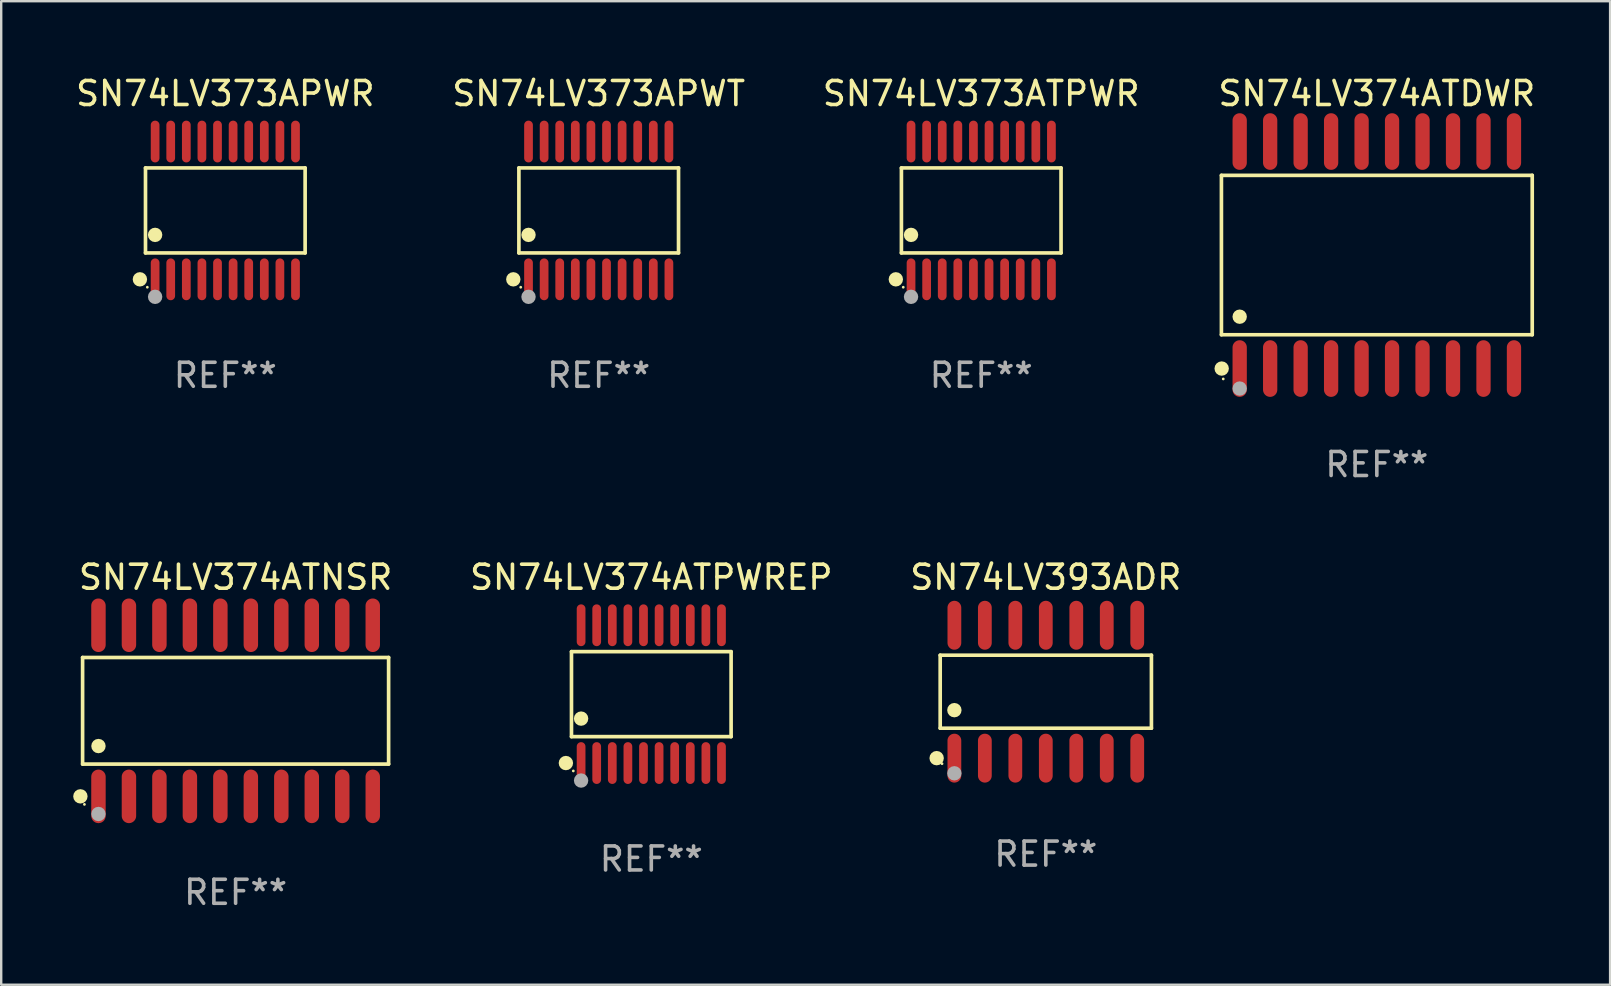
<source format=kicad_pcb>
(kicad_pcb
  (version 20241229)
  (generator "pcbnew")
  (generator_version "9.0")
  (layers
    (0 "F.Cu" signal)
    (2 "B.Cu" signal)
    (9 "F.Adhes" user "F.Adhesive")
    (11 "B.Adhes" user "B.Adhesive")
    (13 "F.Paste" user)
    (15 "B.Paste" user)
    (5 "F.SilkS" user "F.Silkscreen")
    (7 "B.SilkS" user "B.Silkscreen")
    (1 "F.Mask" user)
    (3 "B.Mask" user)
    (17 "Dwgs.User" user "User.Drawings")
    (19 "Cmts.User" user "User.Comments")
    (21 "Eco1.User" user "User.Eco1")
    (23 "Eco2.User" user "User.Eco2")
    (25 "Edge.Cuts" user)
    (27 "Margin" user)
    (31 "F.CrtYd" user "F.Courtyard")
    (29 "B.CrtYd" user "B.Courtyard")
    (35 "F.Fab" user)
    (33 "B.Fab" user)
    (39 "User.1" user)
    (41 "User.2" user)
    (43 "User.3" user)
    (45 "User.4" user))
  (footprint "SN74LV374ATNSR"
    (layer "F.Cu")
    (at 6.768 26.57)
    (property "Reference" "SN74LV374ATNSR" (at 0 -5.565 0) (layer "F.SilkS") (effects (font (size 1 1) (thickness 0.15))))
    (attr through_hole)
    (fp_line (start -6.376 -2.221) (end 6.376 -2.221) (stroke (width 0.152) (type solid)) (layer "F.SilkS"))
    (fp_line (start -6.376 2.221) (end -6.376 -2.221) (stroke (width 0.152) (type solid)) (layer "F.SilkS"))
    (fp_line (start 6.376 -2.221) (end 6.376 2.221) (stroke (width 0.152) (type solid)) (layer "F.SilkS"))
    (fp_line (start 6.376 2.221) (end -6.376 2.221) (stroke (width 0.152) (type solid)) (layer "F.SilkS"))
    (fp_circle (center -6.468 3.565) (end -6.318 3.565) (stroke (width 0.3) (type solid)) (fill no) (layer "F.SilkS"))
    (fp_circle (center -6.3 3.9) (end -6.27 3.9) (stroke (width 0.06) (type solid)) (fill no) (layer "F.SilkS"))
    (fp_circle (center -5.715 1.469) (end -5.565 1.469) (stroke (width 0.3) (type solid)) (fill no) (layer "F.SilkS"))
    (fp_circle (center -5.715 4.3) (end -5.565 4.3) (stroke (width 0.3) (type solid)) (fill no) (layer "F.Fab"))
    (fp_text user "REF**" (at 0 7.565 0) (layer "F.Fab") (effects (font (size 1 1) (thickness 0.15))))
    (pad "1" smd oval (at -5.715 3.565) (size 0.602 2.231) (layers "F.Cu" "F.Mask" "F.Paste"))
    (pad "2" smd oval (at -4.445 3.565) (size 0.602 2.231) (layers "F.Cu" "F.Mask" "F.Paste"))
    (pad "3" smd oval (at -3.175 3.565) (size 0.602 2.231) (layers "F.Cu" "F.Mask" "F.Paste"))
    (pad "4" smd oval (at -1.905 3.565) (size 0.602 2.231) (layers "F.Cu" "F.Mask" "F.Paste"))
    (pad "5" smd oval (at -0.635 3.565) (size 0.602 2.231) (layers "F.Cu" "F.Mask" "F.Paste"))
    (pad "6" smd oval (at 0.635 3.565) (size 0.602 2.231) (layers "F.Cu" "F.Mask" "F.Paste"))
    (pad "7" smd oval (at 1.905 3.565) (size 0.602 2.231) (layers "F.Cu" "F.Mask" "F.Paste"))
    (pad "8" smd oval (at 3.175 3.565) (size 0.602 2.231) (layers "F.Cu" "F.Mask" "F.Paste"))
    (pad "9" smd oval (at 4.445 3.565) (size 0.602 2.231) (layers "F.Cu" "F.Mask" "F.Paste"))
    (pad "10" smd oval (at 5.715 3.565) (size 0.602 2.231) (layers "F.Cu" "F.Mask" "F.Paste"))
    (pad "11" smd oval (at 5.715 -3.565) (size 0.602 2.231) (layers "F.Cu" "F.Mask" "F.Paste"))
    (pad "12" smd oval (at 4.445 -3.565) (size 0.602 2.231) (layers "F.Cu" "F.Mask" "F.Paste"))
    (pad "13" smd oval (at 3.175 -3.565) (size 0.602 2.231) (layers "F.Cu" "F.Mask" "F.Paste"))
    (pad "14" smd oval (at 1.905 -3.565) (size 0.602 2.231) (layers "F.Cu" "F.Mask" "F.Paste"))
    (pad "15" smd oval (at 0.635 -3.565) (size 0.602 2.231) (layers "F.Cu" "F.Mask" "F.Paste"))
    (pad "16" smd oval (at -0.635 -3.565) (size 0.602 2.231) (layers "F.Cu" "F.Mask" "F.Paste"))
    (pad "17" smd oval (at -1.905 -3.565) (size 0.602 2.231) (layers "F.Cu" "F.Mask" "F.Paste"))
    (pad "18" smd oval (at -3.175 -3.565) (size 0.602 2.231) (layers "F.Cu" "F.Mask" "F.Paste"))
    (pad "19" smd oval (at -4.445 -3.565) (size 0.602 2.231) (layers "F.Cu" "F.Mask" "F.Paste"))
    (pad "20" smd oval (at -5.715 -3.565) (size 0.602 2.231) (layers "F.Cu" "F.Mask" "F.Paste")))
  (footprint "SN74LV393ADR"
    (layer "F.Cu")
    (at 40.53 25.774)
    (property "Reference" "SN74LV393ADR" (at 0 -4.769 0) (layer "F.SilkS") (effects (font (size 1 1) (thickness 0.15))))
    (attr through_hole)
    (fp_line (start -4.401 -1.521) (end 4.401 -1.521) (stroke (width 0.152) (type solid)) (layer "F.SilkS"))
    (fp_line (start -4.401 1.521) (end -4.401 -1.521) (stroke (width 0.152) (type solid)) (layer "F.SilkS"))
    (fp_line (start 4.401 -1.521) (end 4.401 1.521) (stroke (width 0.152) (type solid)) (layer "F.SilkS"))
    (fp_line (start 4.401 1.521) (end -4.401 1.521) (stroke (width 0.152) (type solid)) (layer "F.SilkS"))
    (fp_circle (center -4.549 2.769) (end -4.399 2.769) (stroke (width 0.3) (type solid)) (fill no) (layer "F.SilkS"))
    (fp_circle (center -4.325 3) (end -4.295 3) (stroke (width 0.06) (type solid)) (fill no) (layer "F.SilkS"))
    (fp_circle (center -3.81 0.769) (end -3.66 0.769) (stroke (width 0.3) (type solid)) (fill no) (layer "F.SilkS"))
    (fp_circle (center -3.81 3.4) (end -3.66 3.4) (stroke (width 0.3) (type solid)) (fill no) (layer "F.Fab"))
    (fp_text user "REF**" (at 0 6.769 0) (layer "F.Fab") (effects (font (size 1 1) (thickness 0.15))))
    (pad "1" smd oval (at -3.81 2.769) (size 0.574 2.038) (layers "F.Cu" "F.Mask" "F.Paste"))
    (pad "2" smd oval (at -2.54 2.769) (size 0.574 2.038) (layers "F.Cu" "F.Mask" "F.Paste"))
    (pad "3" smd oval (at -1.27 2.769) (size 0.574 2.038) (layers "F.Cu" "F.Mask" "F.Paste"))
    (pad "4" smd oval (at 0 2.769) (size 0.574 2.038) (layers "F.Cu" "F.Mask" "F.Paste"))
    (pad "5" smd oval (at 1.27 2.769) (size 0.574 2.038) (layers "F.Cu" "F.Mask" "F.Paste"))
    (pad "6" smd oval (at 2.54 2.769) (size 0.574 2.038) (layers "F.Cu" "F.Mask" "F.Paste"))
    (pad "7" smd oval (at 3.81 2.769) (size 0.574 2.038) (layers "F.Cu" "F.Mask" "F.Paste"))
    (pad "8" smd oval (at 3.81 -2.769) (size 0.574 2.038) (layers "F.Cu" "F.Mask" "F.Paste"))
    (pad "9" smd oval (at 2.54 -2.769) (size 0.574 2.038) (layers "F.Cu" "F.Mask" "F.Paste"))
    (pad "10" smd oval (at 1.27 -2.769) (size 0.574 2.038) (layers "F.Cu" "F.Mask" "F.Paste"))
    (pad "11" smd oval (at 0 -2.769) (size 0.574 2.038) (layers "F.Cu" "F.Mask" "F.Paste"))
    (pad "12" smd oval (at -1.27 -2.769) (size 0.574 2.038) (layers "F.Cu" "F.Mask" "F.Paste"))
    (pad "13" smd oval (at -2.54 -2.769) (size 0.574 2.038) (layers "F.Cu" "F.Mask" "F.Paste"))
    (pad "14" smd oval (at -3.81 -2.769) (size 0.574 2.038) (layers "F.Cu" "F.Mask" "F.Paste")))
  (footprint "SN74LV373APWT"
    (layer "F.Cu")
    (at 21.899 5.719)
    (property "Reference" "SN74LV373APWT" (at 0 -4.871 0) (layer "F.SilkS") (effects (font (size 1 1) (thickness 0.15))))
    (attr through_hole)
    (fp_line (start -3.326 -1.771) (end 3.326 -1.771) (stroke (width 0.152) (type solid)) (layer "F.SilkS"))
    (fp_line (start -3.326 1.771) (end -3.326 -1.771) (stroke (width 0.152) (type solid)) (layer "F.SilkS"))
    (fp_line (start 3.326 -1.771) (end 3.326 1.771) (stroke (width 0.152) (type solid)) (layer "F.SilkS"))
    (fp_line (start 3.326 1.771) (end -3.326 1.771) (stroke (width 0.152) (type solid)) (layer "F.SilkS"))
    (fp_circle (center -3.559 2.871) (end -3.409 2.871) (stroke (width 0.3) (type solid)) (fill no) (layer "F.SilkS"))
    (fp_circle (center -3.25 3.2) (end -3.22 3.2) (stroke (width 0.06) (type solid)) (fill no) (layer "F.SilkS"))
    (fp_circle (center -2.925 1.019) (end -2.775 1.019) (stroke (width 0.3) (type solid)) (fill no) (layer "F.SilkS"))
    (fp_circle (center -2.925 3.6) (end -2.775 3.6) (stroke (width 0.3) (type solid)) (fill no) (layer "F.Fab"))
    (fp_text user "REF**" (at 0 6.871 0) (layer "F.Fab") (effects (font (size 1 1) (thickness 0.15))))
    (pad "1" smd oval (at -2.925 2.871) (size 0.364 1.742) (layers "F.Cu" "F.Mask" "F.Paste"))
    (pad "2" smd oval (at -2.275 2.871) (size 0.364 1.742) (layers "F.Cu" "F.Mask" "F.Paste"))
    (pad "3" smd oval (at -1.625 2.871) (size 0.364 1.742) (layers "F.Cu" "F.Mask" "F.Paste"))
    (pad "4" smd oval (at -0.975 2.871) (size 0.364 1.742) (layers "F.Cu" "F.Mask" "F.Paste"))
    (pad "5" smd oval (at -0.325 2.871) (size 0.364 1.742) (layers "F.Cu" "F.Mask" "F.Paste"))
    (pad "6" smd oval (at 0.325 2.871) (size 0.364 1.742) (layers "F.Cu" "F.Mask" "F.Paste"))
    (pad "7" smd oval (at 0.975 2.871) (size 0.364 1.742) (layers "F.Cu" "F.Mask" "F.Paste"))
    (pad "8" smd oval (at 1.625 2.871) (size 0.364 1.742) (layers "F.Cu" "F.Mask" "F.Paste"))
    (pad "9" smd oval (at 2.275 2.871) (size 0.364 1.742) (layers "F.Cu" "F.Mask" "F.Paste"))
    (pad "10" smd oval (at 2.925 2.871) (size 0.364 1.742) (layers "F.Cu" "F.Mask" "F.Paste"))
    (pad "11" smd oval (at 2.925 -2.871) (size 0.364 1.742) (layers "F.Cu" "F.Mask" "F.Paste"))
    (pad "12" smd oval (at 2.275 -2.871) (size 0.364 1.742) (layers "F.Cu" "F.Mask" "F.Paste"))
    (pad "13" smd oval (at 1.625 -2.871) (size 0.364 1.742) (layers "F.Cu" "F.Mask" "F.Paste"))
    (pad "14" smd oval (at 0.975 -2.871) (size 0.364 1.742) (layers "F.Cu" "F.Mask" "F.Paste"))
    (pad "15" smd oval (at 0.325 -2.871) (size 0.364 1.742) (layers "F.Cu" "F.Mask" "F.Paste"))
    (pad "16" smd oval (at -0.325 -2.871) (size 0.364 1.742) (layers "F.Cu" "F.Mask" "F.Paste"))
    (pad "17" smd oval (at -0.975 -2.871) (size 0.364 1.742) (layers "F.Cu" "F.Mask" "F.Paste"))
    (pad "18" smd oval (at -1.625 -2.871) (size 0.364 1.742) (layers "F.Cu" "F.Mask" "F.Paste"))
    (pad "19" smd oval (at -2.275 -2.871) (size 0.364 1.742) (layers "F.Cu" "F.Mask" "F.Paste"))
    (pad "20" smd oval (at -2.925 -2.871) (size 0.364 1.742) (layers "F.Cu" "F.Mask" "F.Paste")))
  (footprint "SN74LV374ATDWR"
    (layer "F.Cu")
    (at 54.324 7.578)
    (property "Reference" "SN74LV374ATDWR" (at 0 -6.73 0) (layer "F.SilkS") (effects (font (size 1 1) (thickness 0.15))))
    (attr through_hole)
    (fp_line (start -6.476 -3.321) (end 6.476 -3.321) (stroke (width 0.152) (type solid)) (layer "F.SilkS"))
    (fp_line (start -6.476 3.321) (end -6.476 -3.321) (stroke (width 0.152) (type solid)) (layer "F.SilkS"))
    (fp_line (start 6.476 -3.321) (end 6.476 3.321) (stroke (width 0.152) (type solid)) (layer "F.SilkS"))
    (fp_line (start 6.476 3.321) (end -6.476 3.321) (stroke (width 0.152) (type solid)) (layer "F.SilkS"))
    (fp_circle (center -6.465 4.73) (end -6.315 4.73) (stroke (width 0.3) (type solid)) (fill no) (layer "F.SilkS"))
    (fp_circle (center -6.4 5.163) (end -6.37 5.163) (stroke (width 0.06) (type solid)) (fill no) (layer "F.SilkS"))
    (fp_circle (center -5.715 2.569) (end -5.565 2.569) (stroke (width 0.3) (type solid)) (fill no) (layer "F.SilkS"))
    (fp_circle (center -5.715 5.563) (end -5.565 5.563) (stroke (width 0.3) (type solid)) (fill no) (layer "F.Fab"))
    (fp_text user "REF**" (at 0 8.73 0) (layer "F.Fab") (effects (font (size 1 1) (thickness 0.15))))
    (pad "1" smd oval (at -5.715 4.73) (size 0.595 2.36) (layers "F.Cu" "F.Mask" "F.Paste"))
    (pad "2" smd oval (at -4.445 4.73) (size 0.595 2.36) (layers "F.Cu" "F.Mask" "F.Paste"))
    (pad "3" smd oval (at -3.175 4.73) (size 0.595 2.36) (layers "F.Cu" "F.Mask" "F.Paste"))
    (pad "4" smd oval (at -1.905 4.73) (size 0.595 2.36) (layers "F.Cu" "F.Mask" "F.Paste"))
    (pad "5" smd oval (at -0.635 4.73) (size 0.595 2.36) (layers "F.Cu" "F.Mask" "F.Paste"))
    (pad "6" smd oval (at 0.635 4.73) (size 0.595 2.36) (layers "F.Cu" "F.Mask" "F.Paste"))
    (pad "7" smd oval (at 1.905 4.73) (size 0.595 2.36) (layers "F.Cu" "F.Mask" "F.Paste"))
    (pad "8" smd oval (at 3.175 4.73) (size 0.595 2.36) (layers "F.Cu" "F.Mask" "F.Paste"))
    (pad "9" smd oval (at 4.445 4.73) (size 0.595 2.36) (layers "F.Cu" "F.Mask" "F.Paste"))
    (pad "10" smd oval (at 5.715 4.73) (size 0.595 2.36) (layers "F.Cu" "F.Mask" "F.Paste"))
    (pad "11" smd oval (at 5.715 -4.73) (size 0.595 2.36) (layers "F.Cu" "F.Mask" "F.Paste"))
    (pad "12" smd oval (at 4.445 -4.73) (size 0.595 2.36) (layers "F.Cu" "F.Mask" "F.Paste"))
    (pad "13" smd oval (at 3.175 -4.73) (size 0.595 2.36) (layers "F.Cu" "F.Mask" "F.Paste"))
    (pad "14" smd oval (at 1.905 -4.73) (size 0.595 2.36) (layers "F.Cu" "F.Mask" "F.Paste"))
    (pad "15" smd oval (at 0.635 -4.73) (size 0.595 2.36) (layers "F.Cu" "F.Mask" "F.Paste"))
    (pad "16" smd oval (at -0.635 -4.73) (size 0.595 2.36) (layers "F.Cu" "F.Mask" "F.Paste"))
    (pad "17" smd oval (at -1.905 -4.73) (size 0.595 2.36) (layers "F.Cu" "F.Mask" "F.Paste"))
    (pad "18" smd oval (at -3.175 -4.73) (size 0.595 2.36) (layers "F.Cu" "F.Mask" "F.Paste"))
    (pad "19" smd oval (at -4.445 -4.73) (size 0.595 2.36) (layers "F.Cu" "F.Mask" "F.Paste"))
    (pad "20" smd oval (at -5.715 -4.73) (size 0.595 2.36) (layers "F.Cu" "F.Mask" "F.Paste")))
  (footprint "SN74LV374ATPWREP"
    (layer "F.Cu")
    (at 24.09 25.876)
    (property "Reference" "SN74LV374ATPWREP" (at 0 -4.871 0) (layer "F.SilkS") (effects (font (size 1 1) (thickness 0.15))))
    (attr through_hole)
    (fp_line (start -3.326 -1.771) (end 3.326 -1.771) (stroke (width 0.152) (type solid)) (layer "F.SilkS"))
    (fp_line (start -3.326 1.771) (end -3.326 -1.771) (stroke (width 0.152) (type solid)) (layer "F.SilkS"))
    (fp_line (start 3.326 -1.771) (end 3.326 1.771) (stroke (width 0.152) (type solid)) (layer "F.SilkS"))
    (fp_line (start 3.326 1.771) (end -3.326 1.771) (stroke (width 0.152) (type solid)) (layer "F.SilkS"))
    (fp_circle (center -3.559 2.871) (end -3.409 2.871) (stroke (width 0.3) (type solid)) (fill no) (layer "F.SilkS"))
    (fp_circle (center -3.25 3.2) (end -3.22 3.2) (stroke (width 0.06) (type solid)) (fill no) (layer "F.SilkS"))
    (fp_circle (center -2.925 1.019) (end -2.775 1.019) (stroke (width 0.3) (type solid)) (fill no) (layer "F.SilkS"))
    (fp_circle (center -2.925 3.6) (end -2.775 3.6) (stroke (width 0.3) (type solid)) (fill no) (layer "F.Fab"))
    (fp_text user "REF**" (at 0 6.871 0) (layer "F.Fab") (effects (font (size 1 1) (thickness 0.15))))
    (pad "1" smd oval (at -2.925 2.871) (size 0.364 1.742) (layers "F.Cu" "F.Mask" "F.Paste"))
    (pad "2" smd oval (at -2.275 2.871) (size 0.364 1.742) (layers "F.Cu" "F.Mask" "F.Paste"))
    (pad "3" smd oval (at -1.625 2.871) (size 0.364 1.742) (layers "F.Cu" "F.Mask" "F.Paste"))
    (pad "4" smd oval (at -0.975 2.871) (size 0.364 1.742) (layers "F.Cu" "F.Mask" "F.Paste"))
    (pad "5" smd oval (at -0.325 2.871) (size 0.364 1.742) (layers "F.Cu" "F.Mask" "F.Paste"))
    (pad "6" smd oval (at 0.325 2.871) (size 0.364 1.742) (layers "F.Cu" "F.Mask" "F.Paste"))
    (pad "7" smd oval (at 0.975 2.871) (size 0.364 1.742) (layers "F.Cu" "F.Mask" "F.Paste"))
    (pad "8" smd oval (at 1.625 2.871) (size 0.364 1.742) (layers "F.Cu" "F.Mask" "F.Paste"))
    (pad "9" smd oval (at 2.275 2.871) (size 0.364 1.742) (layers "F.Cu" "F.Mask" "F.Paste"))
    (pad "10" smd oval (at 2.925 2.871) (size 0.364 1.742) (layers "F.Cu" "F.Mask" "F.Paste"))
    (pad "11" smd oval (at 2.925 -2.871) (size 0.364 1.742) (layers "F.Cu" "F.Mask" "F.Paste"))
    (pad "12" smd oval (at 2.275 -2.871) (size 0.364 1.742) (layers "F.Cu" "F.Mask" "F.Paste"))
    (pad "13" smd oval (at 1.625 -2.871) (size 0.364 1.742) (layers "F.Cu" "F.Mask" "F.Paste"))
    (pad "14" smd oval (at 0.975 -2.871) (size 0.364 1.742) (layers "F.Cu" "F.Mask" "F.Paste"))
    (pad "15" smd oval (at 0.325 -2.871) (size 0.364 1.742) (layers "F.Cu" "F.Mask" "F.Paste"))
    (pad "16" smd oval (at -0.325 -2.871) (size 0.364 1.742) (layers "F.Cu" "F.Mask" "F.Paste"))
    (pad "17" smd oval (at -0.975 -2.871) (size 0.364 1.742) (layers "F.Cu" "F.Mask" "F.Paste"))
    (pad "18" smd oval (at -1.625 -2.871) (size 0.364 1.742) (layers "F.Cu" "F.Mask" "F.Paste"))
    (pad "19" smd oval (at -2.275 -2.871) (size 0.364 1.742) (layers "F.Cu" "F.Mask" "F.Paste"))
    (pad "20" smd oval (at -2.925 -2.871) (size 0.364 1.742) (layers "F.Cu" "F.Mask" "F.Paste")))
  (footprint "SN74LV373APWR"
    (layer "F.Cu")
    (at 6.339 5.719)
    (property "Reference" "SN74LV373APWR" (at 0 -4.871 0) (layer "F.SilkS") (effects (font (size 1 1) (thickness 0.15))))
    (attr through_hole)
    (fp_line (start -3.326 -1.771) (end 3.326 -1.771) (stroke (width 0.152) (type solid)) (layer "F.SilkS"))
    (fp_line (start -3.326 1.771) (end -3.326 -1.771) (stroke (width 0.152) (type solid)) (layer "F.SilkS"))
    (fp_line (start 3.326 -1.771) (end 3.326 1.771) (stroke (width 0.152) (type solid)) (layer "F.SilkS"))
    (fp_line (start 3.326 1.771) (end -3.326 1.771) (stroke (width 0.152) (type solid)) (layer "F.SilkS"))
    (fp_circle (center -3.559 2.871) (end -3.409 2.871) (stroke (width 0.3) (type solid)) (fill no) (layer "F.SilkS"))
    (fp_circle (center -3.25 3.2) (end -3.22 3.2) (stroke (width 0.06) (type solid)) (fill no) (layer "F.SilkS"))
    (fp_circle (center -2.925 1.019) (end -2.775 1.019) (stroke (width 0.3) (type solid)) (fill no) (layer "F.SilkS"))
    (fp_circle (center -2.925 3.6) (end -2.775 3.6) (stroke (width 0.3) (type solid)) (fill no) (layer "F.Fab"))
    (fp_text user "REF**" (at 0 6.871 0) (layer "F.Fab") (effects (font (size 1 1) (thickness 0.15))))
    (pad "1" smd oval (at -2.925 2.871) (size 0.364 1.742) (layers "F.Cu" "F.Mask" "F.Paste"))
    (pad "2" smd oval (at -2.275 2.871) (size 0.364 1.742) (layers "F.Cu" "F.Mask" "F.Paste"))
    (pad "3" smd oval (at -1.625 2.871) (size 0.364 1.742) (layers "F.Cu" "F.Mask" "F.Paste"))
    (pad "4" smd oval (at -0.975 2.871) (size 0.364 1.742) (layers "F.Cu" "F.Mask" "F.Paste"))
    (pad "5" smd oval (at -0.325 2.871) (size 0.364 1.742) (layers "F.Cu" "F.Mask" "F.Paste"))
    (pad "6" smd oval (at 0.325 2.871) (size 0.364 1.742) (layers "F.Cu" "F.Mask" "F.Paste"))
    (pad "7" smd oval (at 0.975 2.871) (size 0.364 1.742) (layers "F.Cu" "F.Mask" "F.Paste"))
    (pad "8" smd oval (at 1.625 2.871) (size 0.364 1.742) (layers "F.Cu" "F.Mask" "F.Paste"))
    (pad "9" smd oval (at 2.275 2.871) (size 0.364 1.742) (layers "F.Cu" "F.Mask" "F.Paste"))
    (pad "10" smd oval (at 2.925 2.871) (size 0.364 1.742) (layers "F.Cu" "F.Mask" "F.Paste"))
    (pad "11" smd oval (at 2.925 -2.871) (size 0.364 1.742) (layers "F.Cu" "F.Mask" "F.Paste"))
    (pad "12" smd oval (at 2.275 -2.871) (size 0.364 1.742) (layers "F.Cu" "F.Mask" "F.Paste"))
    (pad "13" smd oval (at 1.625 -2.871) (size 0.364 1.742) (layers "F.Cu" "F.Mask" "F.Paste"))
    (pad "14" smd oval (at 0.975 -2.871) (size 0.364 1.742) (layers "F.Cu" "F.Mask" "F.Paste"))
    (pad "15" smd oval (at 0.325 -2.871) (size 0.364 1.742) (layers "F.Cu" "F.Mask" "F.Paste"))
    (pad "16" smd oval (at -0.325 -2.871) (size 0.364 1.742) (layers "F.Cu" "F.Mask" "F.Paste"))
    (pad "17" smd oval (at -0.975 -2.871) (size 0.364 1.742) (layers "F.Cu" "F.Mask" "F.Paste"))
    (pad "18" smd oval (at -1.625 -2.871) (size 0.364 1.742) (layers "F.Cu" "F.Mask" "F.Paste"))
    (pad "19" smd oval (at -2.275 -2.871) (size 0.364 1.742) (layers "F.Cu" "F.Mask" "F.Paste"))
    (pad "20" smd oval (at -2.925 -2.871) (size 0.364 1.742) (layers "F.Cu" "F.Mask" "F.Paste")))
  (footprint "SN74LV373ATPWR"
    (layer "F.Cu")
    (at 37.839 5.719)
    (property "Reference" "SN74LV373ATPWR" (at 0 -4.871 0) (layer "F.SilkS") (effects (font (size 1 1) (thickness 0.15))))
    (attr through_hole)
    (fp_line (start -3.326 -1.771) (end 3.326 -1.771) (stroke (width 0.152) (type solid)) (layer "F.SilkS"))
    (fp_line (start -3.326 1.771) (end -3.326 -1.771) (stroke (width 0.152) (type solid)) (layer "F.SilkS"))
    (fp_line (start 3.326 -1.771) (end 3.326 1.771) (stroke (width 0.152) (type solid)) (layer "F.SilkS"))
    (fp_line (start 3.326 1.771) (end -3.326 1.771) (stroke (width 0.152) (type solid)) (layer "F.SilkS"))
    (fp_circle (center -3.559 2.871) (end -3.409 2.871) (stroke (width 0.3) (type solid)) (fill no) (layer "F.SilkS"))
    (fp_circle (center -3.25 3.2) (end -3.22 3.2) (stroke (width 0.06) (type solid)) (fill no) (layer "F.SilkS"))
    (fp_circle (center -2.925 1.019) (end -2.775 1.019) (stroke (width 0.3) (type solid)) (fill no) (layer "F.SilkS"))
    (fp_circle (center -2.925 3.6) (end -2.775 3.6) (stroke (width 0.3) (type solid)) (fill no) (layer "F.Fab"))
    (fp_text user "REF**" (at 0 6.871 0) (layer "F.Fab") (effects (font (size 1 1) (thickness 0.15))))
    (pad "1" smd oval (at -2.925 2.871) (size 0.364 1.742) (layers "F.Cu" "F.Mask" "F.Paste"))
    (pad "2" smd oval (at -2.275 2.871) (size 0.364 1.742) (layers "F.Cu" "F.Mask" "F.Paste"))
    (pad "3" smd oval (at -1.625 2.871) (size 0.364 1.742) (layers "F.Cu" "F.Mask" "F.Paste"))
    (pad "4" smd oval (at -0.975 2.871) (size 0.364 1.742) (layers "F.Cu" "F.Mask" "F.Paste"))
    (pad "5" smd oval (at -0.325 2.871) (size 0.364 1.742) (layers "F.Cu" "F.Mask" "F.Paste"))
    (pad "6" smd oval (at 0.325 2.871) (size 0.364 1.742) (layers "F.Cu" "F.Mask" "F.Paste"))
    (pad "7" smd oval (at 0.975 2.871) (size 0.364 1.742) (layers "F.Cu" "F.Mask" "F.Paste"))
    (pad "8" smd oval (at 1.625 2.871) (size 0.364 1.742) (layers "F.Cu" "F.Mask" "F.Paste"))
    (pad "9" smd oval (at 2.275 2.871) (size 0.364 1.742) (layers "F.Cu" "F.Mask" "F.Paste"))
    (pad "10" smd oval (at 2.925 2.871) (size 0.364 1.742) (layers "F.Cu" "F.Mask" "F.Paste"))
    (pad "11" smd oval (at 2.925 -2.871) (size 0.364 1.742) (layers "F.Cu" "F.Mask" "F.Paste"))
    (pad "12" smd oval (at 2.275 -2.871) (size 0.364 1.742) (layers "F.Cu" "F.Mask" "F.Paste"))
    (pad "13" smd oval (at 1.625 -2.871) (size 0.364 1.742) (layers "F.Cu" "F.Mask" "F.Paste"))
    (pad "14" smd oval (at 0.975 -2.871) (size 0.364 1.742) (layers "F.Cu" "F.Mask" "F.Paste"))
    (pad "15" smd oval (at 0.325 -2.871) (size 0.364 1.742) (layers "F.Cu" "F.Mask" "F.Paste"))
    (pad "16" smd oval (at -0.325 -2.871) (size 0.364 1.742) (layers "F.Cu" "F.Mask" "F.Paste"))
    (pad "17" smd oval (at -0.975 -2.871) (size 0.364 1.742) (layers "F.Cu" "F.Mask" "F.Paste"))
    (pad "18" smd oval (at -1.625 -2.871) (size 0.364 1.742) (layers "F.Cu" "F.Mask" "F.Paste"))
    (pad "19" smd oval (at -2.275 -2.871) (size 0.364 1.742) (layers "F.Cu" "F.Mask" "F.Paste"))
    (pad "20" smd oval (at -2.925 -2.871) (size 0.364 1.742) (layers "F.Cu" "F.Mask" "F.Paste")))
  (gr_rect
    (start -3 -3)
    (end 64.045 37.984)
    (stroke (width 0.1) (type default))
    (fill no)
    (layer "Edge.Cuts")))
</source>
